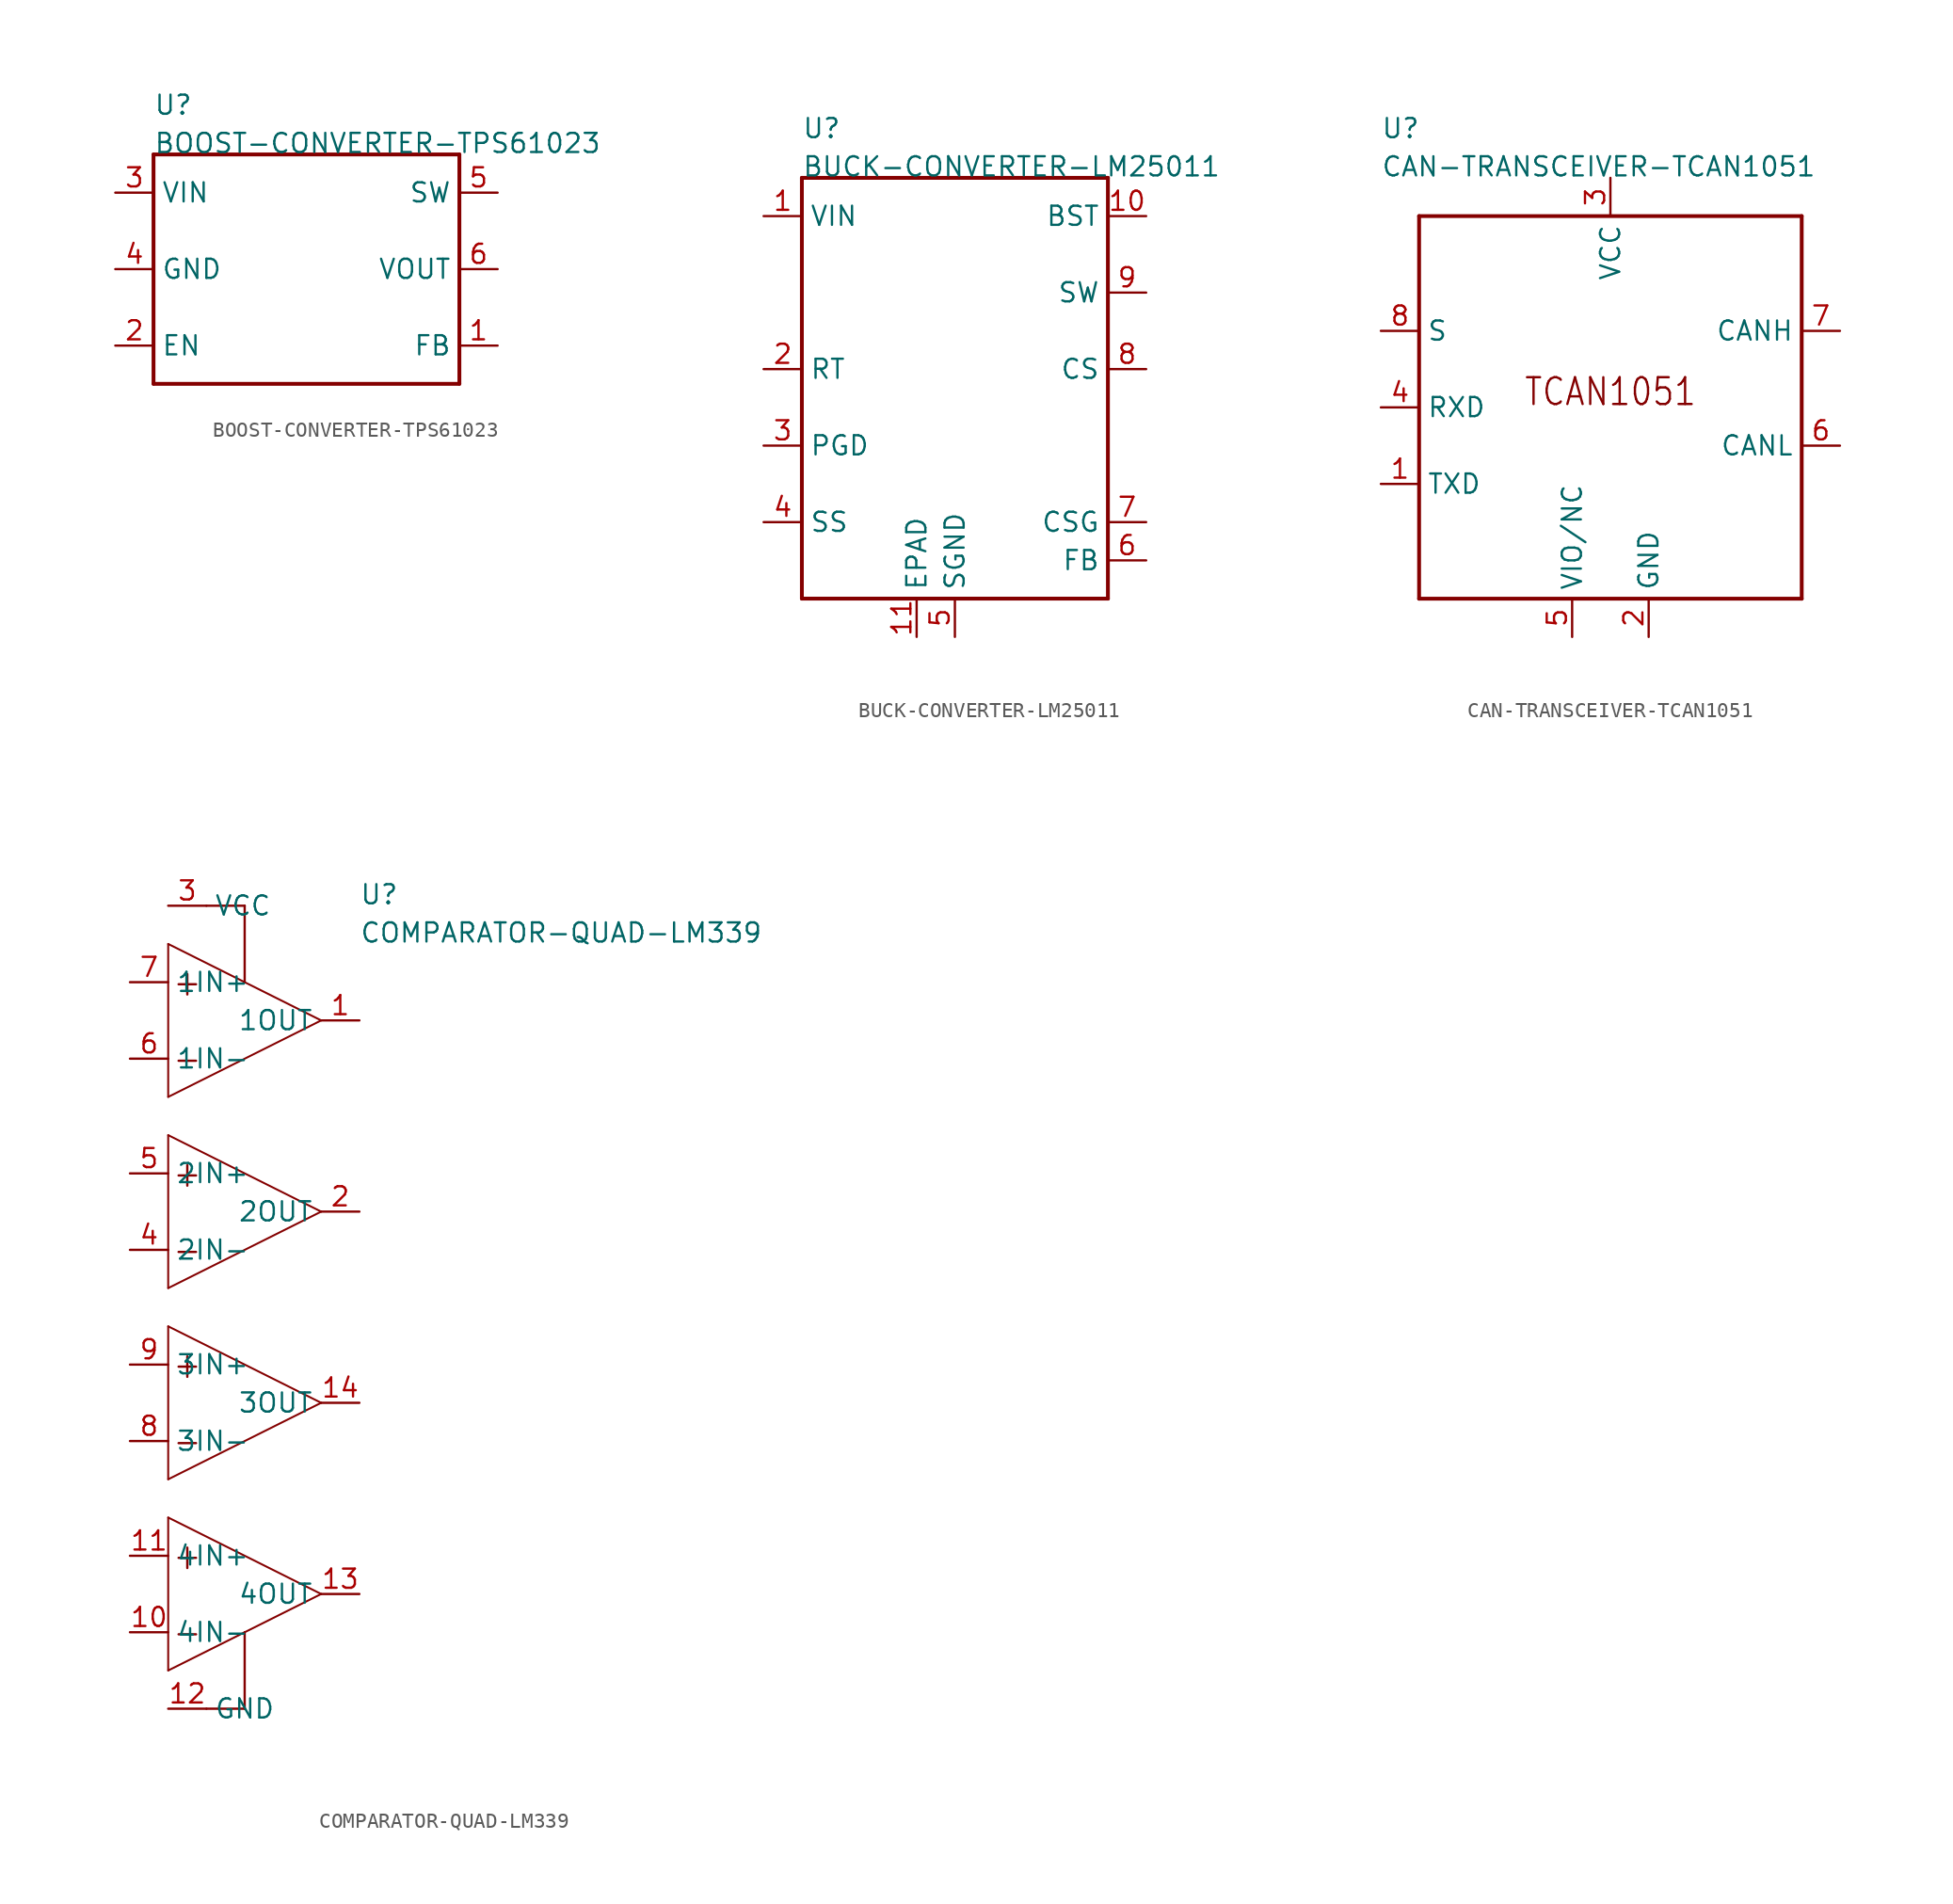
<source format=kicad_sym>
(kicad_symbol_lib
  (version 20211014)
  (generator kicad_symbol_editor)
  (symbol "BOOST-CONVERTER-TPS61023"
    (pin_names)
    (property "Reference" "U"
      (at -10.16 10.16 0)
      (effects (font (size 1.27 1.27)) (justify left bottom)))
    (property "Value" "BOOST-CONVERTER-TPS61023"
      (at -10.16 7.62 0)
      (effects (font (size 1.27 1.27)) (justify left bottom)))
    (property "Datasheet" ""
      (at 0 0 0))
    (property "ki_description" "TPS61023  - TPS61023 3.7-A Boost Converter with 0.5-V Ultra-low Input Voltage    Technical Specifications:    Input Voltage range: 0.5 - 5.5v   Output Voltage range: 2.2 - 5.5v       Component Search:  TPS61023DRLR   Datasheet:  TPS61023 3.7-A Boost Converter with 0.5-V Ultra-low Input Voltage  "
      (at 0 0 0))
    (property "ki_fp_filters" "FlashPCB_ICs:SOT-563 FlashPCB_ICs:SOT-563_NOSILK"
      (at 0 0 0))
    (symbol "BOOST-CONVERTER-TPS61023_1_1"
      (polyline (pts (xy -10.16 7.62) (xy 10.16 7.62)) (stroke (width 0.254)) (fill (type none)))
      (polyline (pts (xy 10.16 7.62) (xy 10.16 -7.62)) (stroke (width 0.254)) (fill (type none)))
      (polyline (pts (xy 10.16 -7.62) (xy -10.16 -7.62)) (stroke (width 0.254)) (fill (type none)))
      (polyline (pts (xy -10.16 -7.62) (xy -10.16 7.62)) (stroke (width 0.254)) (fill (type none)))
      (pin bidirectional line (at -12.7 5.08 0) (length 2.54) (name "VIN" (effects (font (size 1.27 1.27)))) (number "3" (effects (font (size 1.27 1.27)))))
      (pin bidirectional line (at -12.7 0 0) (length 2.54) (name "GND" (effects (font (size 1.27 1.27)))) (number "4" (effects (font (size 1.27 1.27)))))
      (pin bidirectional line (at -12.7 -5.08 0) (length 2.54) (name "EN" (effects (font (size 1.27 1.27)))) (number "2" (effects (font (size 1.27 1.27)))))
      (pin bidirectional line (at 12.7 -5.08 180) (length 2.54) (name "FB" (effects (font (size 1.27 1.27)))) (number "1" (effects (font (size 1.27 1.27)))))
      (pin bidirectional line (at 12.7 0 180) (length 2.54) (name "VOUT" (effects (font (size 1.27 1.27)))) (number "6" (effects (font (size 1.27 1.27)))))
      (pin bidirectional line (at 12.7 5.08 180) (length 2.54) (name "SW" (effects (font (size 1.27 1.27)))) (number "5" (effects (font (size 1.27 1.27)))))))
  (symbol "BUCK-CONVERTER-LM25011"
    (pin_names)
    (property "Reference" "U"
      (at -10.16 15.24 0)
      (effects (font (size 1.27 1.27)) (justify left bottom)))
    (property "Value" "BUCK-CONVERTER-LM25011"
      (at -10.16 12.7 0)
      (effects (font (size 1.27 1.27)) (justify left bottom)))
    (property "Datasheet" ""
      (at 0 0 0))
    (property "ki_description" "LM25011/A  - IC REG BUCK ADJUSTABLE 2A 10MSOP   Technical Specifications:    Step Down Switching Regulator   Integrated 2-A N-Channel Buck Switch   Input Voltage: 6V~42V   Precision: 2% Feedback Reference       Component Search:  LM25011   Datasheet:  LM25011, LM25011-Q1, LM25011A, LM25011A-Q1 42-V 2-A Constant On-Time Switching Regulator With Adjustable Current Limit datasheet (Rev. H)  "
      (at 0 0 0))
    (property "ki_fp_filters" "FlashPCB_ICs:10-HVSSOP"
      (at 0 0 0))
    (symbol "BUCK-CONVERTER-LM25011_1_1"
      (polyline (pts (xy -10.16 12.7) (xy -10.16 -15.24)) (stroke (width 0.254)) (fill (type none)))
      (polyline (pts (xy -10.16 -15.24) (xy 10.16 -15.24)) (stroke (width 0.254)) (fill (type none)))
      (polyline (pts (xy 10.16 -15.24) (xy 10.16 12.7)) (stroke (width 0.254)) (fill (type none)))
      (polyline (pts (xy 10.16 12.7) (xy -10.16 12.7)) (stroke (width 0.254)) (fill (type none)))
      (pin bidirectional line (at -12.7 10.16 0) (length 2.54) (name "VIN" (effects (font (size 1.27 1.27)))) (number "1" (effects (font (size 1.27 1.27)))))
      (pin bidirectional line (at -12.7 0 0) (length 2.54) (name "RT" (effects (font (size 1.27 1.27)))) (number "2" (effects (font (size 1.27 1.27)))))
      (pin bidirectional line (at -12.7 -5.08 0) (length 2.54) (name "PGD" (effects (font (size 1.27 1.27)))) (number "3" (effects (font (size 1.27 1.27)))))
      (pin bidirectional line (at -12.7 -10.16 0) (length 2.54) (name "SS" (effects (font (size 1.27 1.27)))) (number "4" (effects (font (size 1.27 1.27)))))
      (pin bidirectional line (at 0 -17.78 90) (length 2.54) (name "SGND" (effects (font (size 1.27 1.27)))) (number "5" (effects (font (size 1.27 1.27)))))
      (pin bidirectional line (at 12.7 -12.7 180) (length 2.54) (name "FB" (effects (font (size 1.27 1.27)))) (number "6" (effects (font (size 1.27 1.27)))))
      (pin bidirectional line (at 12.7 -10.16 180) (length 2.54) (name "CSG" (effects (font (size 1.27 1.27)))) (number "7" (effects (font (size 1.27 1.27)))))
      (pin bidirectional line (at 12.7 0 180) (length 2.54) (name "CS" (effects (font (size 1.27 1.27)))) (number "8" (effects (font (size 1.27 1.27)))))
      (pin bidirectional line (at 12.7 5.08 180) (length 2.54) (name "SW" (effects (font (size 1.27 1.27)))) (number "9" (effects (font (size 1.27 1.27)))))
      (pin bidirectional line (at 12.7 10.16 180) (length 2.54) (name "BST" (effects (font (size 1.27 1.27)))) (number "10" (effects (font (size 1.27 1.27)))))
      (pin bidirectional line (at -2.54 -17.78 90) (length 2.54) (name "EPAD" (effects (font (size 1.27 1.27)))) (number "11" (effects (font (size 1.27 1.27)))))))
  (symbol "CAN-TRANSCEIVER-TCAN1051"
    (pin_names)
    (property "Reference" "U"
      (at -15.24 17.78 0)
      (effects (font (size 1.27 1.27)) (justify left bottom)))
    (property "Value" "CAN-TRANSCEIVER-TCAN1051"
      (at -15.24 15.24 0)
      (effects (font (size 1.27 1.27)) (justify left bottom)))
    (property "Datasheet" ""
      (at 0 0 0))
    (property "ki_description" "TCAN1051HGV  - IC TRANSCEIVER HALF 1/1 8SOIC   Technical Specifications:    1/1 Transceiver Half CANbus 8-SOIC   Transceiver, Half-Duplex   Protocol: CANBus   Drivers/Receivers: 1/1   Receiver Hysteresis: 120mV   Data Rate: 5Mbps   Supply Voltage: 4.5V~5.5V       Component Search:  TCAN1051   Datasheet:  TCAN1051 Fault Protected CAN Transceiver with CAN FD datasheet (Rev. E)  "
      (at 0 0 0))
    (property "ki_fp_filters" "FlashPCB_ICs:SOIC-8-150MIL-3.9MM"
      (at 0 0 0))
    (symbol "CAN-TRANSCEIVER-TCAN1051_1_1"
      (text "TCAN1051" (at 0 0 0) (effects (font (size 1.778 1.52)) (justify bottom)))
      (polyline (pts (xy -12.7 12.7) (xy 12.7 12.7)) (stroke (width 0.254)) (fill (type none)))
      (polyline (pts (xy 12.7 12.7) (xy 12.7 -12.7)) (stroke (width 0.254)) (fill (type none)))
      (polyline (pts (xy 12.7 -12.7) (xy -12.7 -12.7)) (stroke (width 0.254)) (fill (type none)))
      (polyline (pts (xy -12.7 -12.7) (xy -12.7 12.7)) (stroke (width 0.254)) (fill (type none)))
      (pin bidirectional line (at -15.24 -5.08 0) (length 2.54) (name "TXD" (effects (font (size 1.27 1.27)))) (number "1" (effects (font (size 1.27 1.27)))))
      (pin bidirectional line (at 2.54 -15.24 90) (length 2.54) (name "GND" (effects (font (size 1.27 1.27)))) (number "2" (effects (font (size 1.27 1.27)))))
      (pin bidirectional line (at 0 15.24 270) (length 2.54) (name "VCC" (effects (font (size 1.27 1.27)))) (number "3" (effects (font (size 1.27 1.27)))))
      (pin bidirectional line (at -15.24 0 0) (length 2.54) (name "RXD" (effects (font (size 1.27 1.27)))) (number "4" (effects (font (size 1.27 1.27)))))
      (pin bidirectional line (at -2.54 -15.24 90) (length 2.54) (name "VIO/NC" (effects (font (size 1.27 1.27)))) (number "5" (effects (font (size 1.27 1.27)))))
      (pin bidirectional line (at 15.24 -2.54 180) (length 2.54) (name "CANL" (effects (font (size 1.27 1.27)))) (number "6" (effects (font (size 1.27 1.27)))))
      (pin bidirectional line (at 15.24 5.08 180) (length 2.54) (name "CANH" (effects (font (size 1.27 1.27)))) (number "7" (effects (font (size 1.27 1.27)))))
      (pin bidirectional line (at -15.24 5.08 0) (length 2.54) (name "S" (effects (font (size 1.27 1.27)))) (number "8" (effects (font (size 1.27 1.27)))))))
  (symbol "COMPARATOR-QUAD-LM339"
    (pin_names)
    (property "Reference" "U"
      (at 7.62 27.94 0)
      (effects (font (size 1.27 1.27)) (justify left bottom)))
    (property "Value" "COMPARATOR-QUAD-LM339"
      (at 7.62 25.4 0)
      (effects (font (size 1.27 1.27)) (justify left bottom)))
    (property "Datasheet" ""
      (at 0 0 0))
    (property "ki_description" "LM339  - IC COMPARATOR 4 DIFF 14TSSOP   Technical Specifications:    Comparator Differential CMOS, MOS, Open-Collector, TTL 14-TSSOP   Number of Inputs/Outputs: 4   Max Voltage Rating: Up to 38V   Differential Input Range: +/- 38V       Component Search:  [COMPONENT NAME / MFG PN]   Datasheet:  LM339B, LM2901B, LM339, LM239, LM139, LM2901 Quad Differential Comparators datasheet (Rev. V) "
      (at 0 0 0))
    (property "ki_fp_filters" "FlashPCB_ICs:14-TSSOP(4.4MMX5.0MM)"
      (at 0 0 0))
    (symbol "COMPARATOR-QUAD-LM339_1_1"
      (text "+" (at -3.81 22.86 0) (effects (font (size 1.778 1.52))))
      (text "-" (at -3.81 17.78 0) (effects (font (size 1.778 1.52))))
      (text "+" (at -3.81 10.16 0) (effects (font (size 1.778 1.52))))
      (text "-" (at -3.81 5.08 0) (effects (font (size 1.778 1.52))))
      (text "+" (at -3.81 -2.54 0) (effects (font (size 1.778 1.52))))
      (text "-" (at -3.81 -7.62 0) (effects (font (size 1.778 1.52))))
      (text "+" (at -3.81 -15.24 0) (effects (font (size 1.778 1.52))))
      (text "-" (at -3.81 -20.32 0) (effects (font (size 1.778 1.52))))
      (polyline (pts (xy -5.08 25.4) (xy -5.08 15.24)) (stroke (width 0.127)) (fill (type none)))
      (polyline (pts (xy -5.08 15.24) (xy 5.08 20.32)) (stroke (width 0.127)) (fill (type none)))
      (polyline (pts (xy -5.08 25.4) (xy 0 22.86)) (stroke (width 0.127)) (fill (type none)))
      (polyline (pts (xy 0 22.86) (xy 5.08 20.32)) (stroke (width 0.127)) (fill (type none)))
      (polyline (pts (xy -5.08 12.7) (xy -5.08 2.54)) (stroke (width 0.127)) (fill (type none)))
      (polyline (pts (xy -5.08 2.54) (xy 5.08 7.62)) (stroke (width 0.127)) (fill (type none)))
      (polyline (pts (xy -5.08 12.7) (xy 5.08 7.62)) (stroke (width 0.127)) (fill (type none)))
      (polyline (pts (xy -5.08 0) (xy -5.08 -10.16)) (stroke (width 0.127)) (fill (type none)))
      (polyline (pts (xy -5.08 -10.16) (xy 5.08 -5.08)) (stroke (width 0.127)) (fill (type none)))
      (polyline (pts (xy -5.08 0) (xy 5.08 -5.08)) (stroke (width 0.127)) (fill (type none)))
      (polyline (pts (xy -5.08 -12.7) (xy -5.08 -22.86)) (stroke (width 0.127)) (fill (type none)))
      (polyline (pts (xy -5.08 -22.86) (xy 0 -20.32)) (stroke (width 0.127)) (fill (type none)))
      (polyline (pts (xy 0 -20.32) (xy 5.08 -17.78)) (stroke (width 0.127)) (fill (type none)))
      (polyline (pts (xy -5.08 -12.7) (xy 5.08 -17.78)) (stroke (width 0.127)) (fill (type none)))
      (polyline (pts (xy -2.54 27.94) (xy 0 27.94)) (stroke (width 0.152)) (fill (type none)))
      (polyline (pts (xy 0 27.94) (xy 0 22.86)) (stroke (width 0.152)) (fill (type none)))
      (polyline (pts (xy -2.54 -25.4) (xy 0 -25.4)) (stroke (width 0.152)) (fill (type none)))
      (polyline (pts (xy 0 -25.4) (xy 0 -20.32)) (stroke (width 0.152)) (fill (type none)))
      (pin bidirectional line (at 7.62 20.32 180) (length 2.54) (name "1OUT" (effects (font (size 1.27 1.27)))) (number "1" (effects (font (size 1.27 1.27)))))
      (pin bidirectional line (at 7.62 7.62 180) (length 2.54) (name "2OUT" (effects (font (size 1.27 1.27)))) (number "2" (effects (font (size 1.27 1.27)))))
      (pin bidirectional line (at -5.08 27.94 0) (length 2.54) (name "VCC" (effects (font (size 1.27 1.27)))) (number "3" (effects (font (size 1.27 1.27)))))
      (pin bidirectional line (at -7.62 5.08 0) (length 2.54) (name "2IN-" (effects (font (size 1.27 1.27)))) (number "4" (effects (font (size 1.27 1.27)))))
      (pin bidirectional line (at -7.62 10.16 0) (length 2.54) (name "2IN+" (effects (font (size 1.27 1.27)))) (number "5" (effects (font (size 1.27 1.27)))))
      (pin bidirectional line (at -7.62 17.78 0) (length 2.54) (name "1IN-" (effects (font (size 1.27 1.27)))) (number "6" (effects (font (size 1.27 1.27)))))
      (pin bidirectional line (at -7.62 22.86 0) (length 2.54) (name "1IN+" (effects (font (size 1.27 1.27)))) (number "7" (effects (font (size 1.27 1.27)))))
      (pin bidirectional line (at -7.62 -7.62 0) (length 2.54) (name "3IN-" (effects (font (size 1.27 1.27)))) (number "8" (effects (font (size 1.27 1.27)))))
      (pin bidirectional line (at -7.62 -2.54 0) (length 2.54) (name "3IN+" (effects (font (size 1.27 1.27)))) (number "9" (effects (font (size 1.27 1.27)))))
      (pin bidirectional line (at -7.62 -20.32 0) (length 2.54) (name "4IN-" (effects (font (size 1.27 1.27)))) (number "10" (effects (font (size 1.27 1.27)))))
      (pin bidirectional line (at -7.62 -15.24 0) (length 2.54) (name "4IN+" (effects (font (size 1.27 1.27)))) (number "11" (effects (font (size 1.27 1.27)))))
      (pin bidirectional line (at -5.08 -25.4 0) (length 2.54) (name "GND" (effects (font (size 1.27 1.27)))) (number "12" (effects (font (size 1.27 1.27)))))
      (pin bidirectional line (at 7.62 -17.78 180) (length 2.54) (name "4OUT" (effects (font (size 1.27 1.27)))) (number "13" (effects (font (size 1.27 1.27)))))
      (pin bidirectional line (at 7.62 -5.08 180) (length 2.54) (name "3OUT" (effects (font (size 1.27 1.27)))) (number "14" (effects (font (size 1.27 1.27))))))))
</source>
